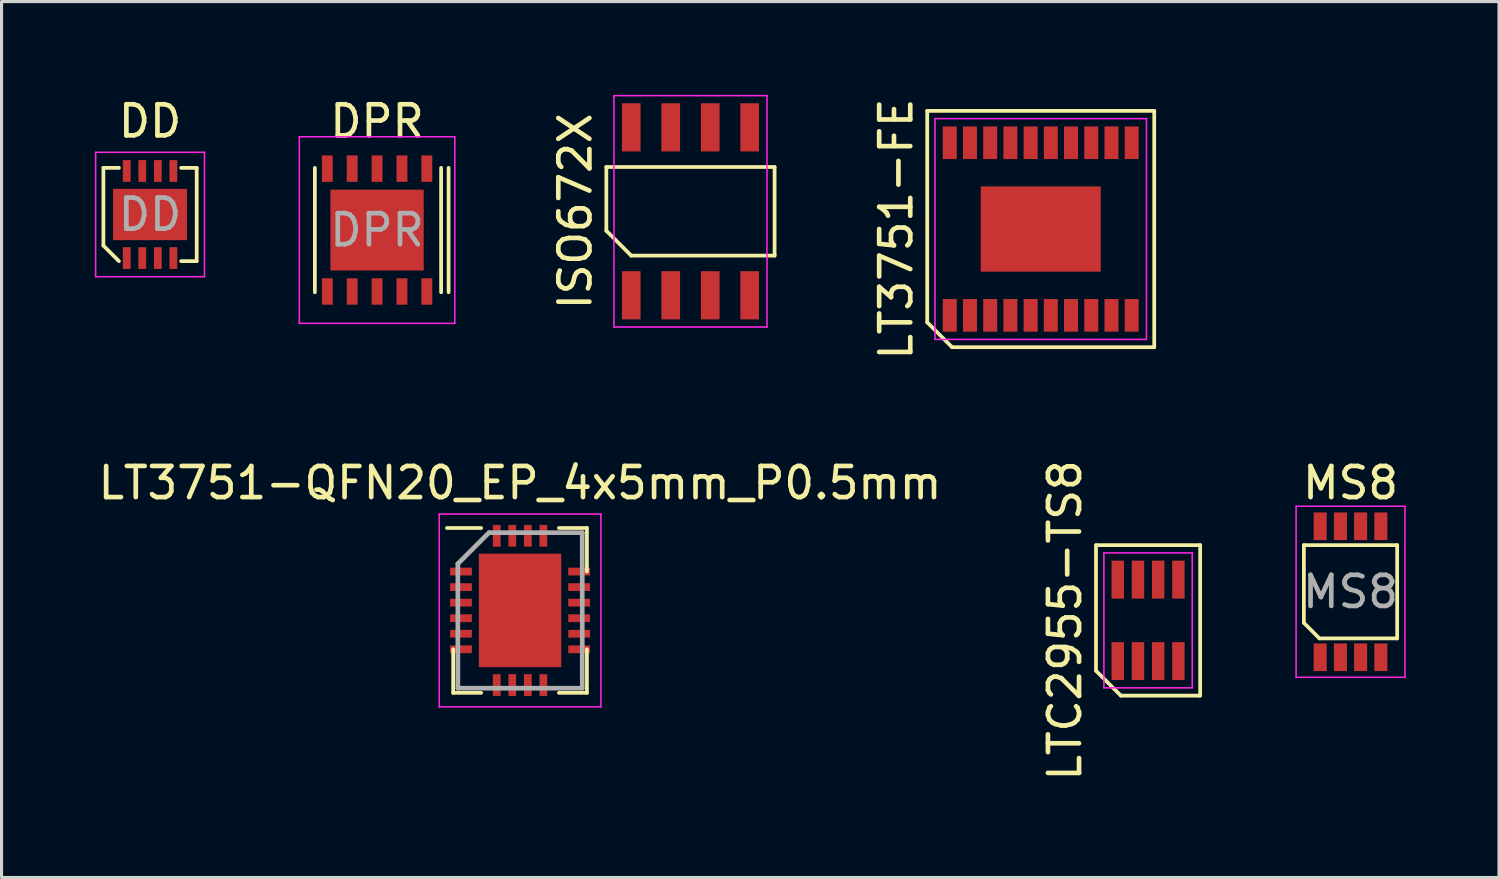
<source format=kicad_pcb>
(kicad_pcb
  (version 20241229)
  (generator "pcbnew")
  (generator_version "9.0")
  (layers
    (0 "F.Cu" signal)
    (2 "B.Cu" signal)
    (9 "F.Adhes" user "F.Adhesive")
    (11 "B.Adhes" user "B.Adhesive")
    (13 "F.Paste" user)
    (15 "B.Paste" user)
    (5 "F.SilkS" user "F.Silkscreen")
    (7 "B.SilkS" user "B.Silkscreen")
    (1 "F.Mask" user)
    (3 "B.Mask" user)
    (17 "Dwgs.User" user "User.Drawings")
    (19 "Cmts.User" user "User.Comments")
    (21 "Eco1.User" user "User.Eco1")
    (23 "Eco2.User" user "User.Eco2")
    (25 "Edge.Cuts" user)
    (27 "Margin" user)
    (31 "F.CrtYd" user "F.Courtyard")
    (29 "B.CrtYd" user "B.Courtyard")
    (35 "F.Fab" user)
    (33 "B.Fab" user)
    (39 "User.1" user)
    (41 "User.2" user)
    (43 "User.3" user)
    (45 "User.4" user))
  (footprint "DD"
    (layer "F.Cu")
    (at 1.775 3.848)
    (property "Reference" "DD" (at 0 -3 0) (layer "F.SilkS") (effects (font (size 1 1) (thickness 0.15))))
    (attr smd)
    (fp_line (start -1.5 1) (end -1.5 -1.5) (stroke (width 0.12) (type solid)) (layer "F.SilkS"))
    (fp_line (start -1 -1.5) (end -1.5 -1.5) (stroke (width 0.12) (type solid)) (layer "F.SilkS"))
    (fp_line (start -1 1.5) (end -1.5 1) (stroke (width 0.12) (type solid)) (layer "F.SilkS"))
    (fp_line (start 1.5 -1.5) (end 1 -1.5) (stroke (width 0.12) (type solid)) (layer "F.SilkS"))
    (fp_line (start 1.5 1.5) (end 1 1.5) (stroke (width 0.12) (type solid)) (layer "F.SilkS"))
    (fp_line (start 1.5 1.5) (end 1.5 -1.5) (stroke (width 0.12) (type solid)) (layer "F.SilkS"))
    (fp_line (start -1.75 -2) (end -1.75 2) (stroke (width 0.05) (type solid)) (layer "F.CrtYd"))
    (fp_line (start -1.75 2) (end 1.75 2) (stroke (width 0.05) (type solid)) (layer "F.CrtYd"))
    (fp_line (start 1.75 -2) (end -1.75 -2) (stroke (width 0.05) (type solid)) (layer "F.CrtYd"))
    (fp_line (start 1.75 2) (end 1.75 -2) (stroke (width 0.05) (type solid)) (layer "F.CrtYd"))
    (fp_text user "${REFERENCE}" (at 0 0 0) (layer "F.Fab") (effects (font (size 1 1) (thickness 0.15))))
    (pad "1" smd rect (at -0.75 1.4) (size 0.25 0.7) (layers "F.Cu" "F.Mask" "F.Paste"))
    (pad "2" smd rect (at -0.25 1.4) (size 0.25 0.7) (layers "F.Cu" "F.Mask" "F.Paste"))
    (pad "3" smd rect (at 0.25 1.4) (size 0.25 0.7) (layers "F.Cu" "F.Mask" "F.Paste"))
    (pad "4" smd rect (at 0.75 1.4) (size 0.25 0.7) (layers "F.Cu" "F.Mask" "F.Paste"))
    (pad "5" smd rect (at 0.75 -1.4 180) (size 0.25 0.7) (layers "F.Cu" "F.Mask" "F.Paste"))
    (pad "6" smd rect (at 0.25 -1.4 180) (size 0.25 0.7) (layers "F.Cu" "F.Mask" "F.Paste"))
    (pad "7" smd rect (at -0.25 -1.4 180) (size 0.25 0.7) (layers "F.Cu" "F.Mask" "F.Paste"))
    (pad "8" smd rect (at -0.75 -1.4 180) (size 0.25 0.7) (layers "F.Cu" "F.Mask" "F.Paste"))
    (pad "9" smd rect (at 0 0) (size 2.38 1.65) (layers "F.Cu" "F.Mask" "F.Paste")))
  (footprint "LT3751-FE"
    (layer "F.Cu")
    (at 30.416 4.315)
    (property "Reference" "LT3751-FE" (at -4.65 0 90) (layer "F.SilkS") (effects (font (size 1 1) (thickness 0.15))))
    (attr smd)
    (fp_line (start -3.65 -3.8) (end 3.65 -3.8) (stroke (width 0.12) (type default)) (layer "F.SilkS"))
    (fp_line (start -3.65 3) (end -3.65 -3.8) (stroke (width 0.12) (type default)) (layer "F.SilkS"))
    (fp_line (start -2.85 3.8) (end -3.65 3) (stroke (width 0.12) (type default)) (layer "F.SilkS"))
    (fp_line (start 3.65 -3.8) (end 3.65 3.8) (stroke (width 0.12) (type default)) (layer "F.SilkS"))
    (fp_line (start 3.65 3.8) (end -2.85 3.8) (stroke (width 0.12) (type default)) (layer "F.SilkS"))
    (fp_line (start -3.4 -3.55) (end 3.4 -3.55) (stroke (width 0.05) (type default)) (layer "F.CrtYd"))
    (fp_line (start -3.4 3.55) (end -3.4 -3.55) (stroke (width 0.05) (type default)) (layer "F.CrtYd"))
    (fp_line (start 3.4 -3.55) (end 3.4 3.55) (stroke (width 0.05) (type default)) (layer "F.CrtYd"))
    (fp_line (start 3.4 3.55) (end -3.4 3.55) (stroke (width 0.05) (type default)) (layer "F.CrtYd"))
    (pad "1" smd rect (at -2.925 2.775) (size 0.45 1.05) (layers "F.Cu" "F.Mask" "F.Paste"))
    (pad "2" smd rect (at -2.275 2.775) (size 0.45 1.05) (layers "F.Cu" "F.Mask" "F.Paste"))
    (pad "3" smd rect (at -1.625 2.775) (size 0.45 1.05) (layers "F.Cu" "F.Mask" "F.Paste"))
    (pad "4" smd rect (at -0.975 2.775) (size 0.45 1.05) (layers "F.Cu" "F.Mask" "F.Paste"))
    (pad "5" smd rect (at -0.325 2.775) (size 0.45 1.05) (layers "F.Cu" "F.Mask" "F.Paste"))
    (pad "6" smd rect (at 0.325 2.775) (size 0.45 1.05) (layers "F.Cu" "F.Mask" "F.Paste"))
    (pad "7" smd rect (at 0.975 2.775) (size 0.45 1.05) (layers "F.Cu" "F.Mask" "F.Paste"))
    (pad "8" smd rect (at 1.625 2.775) (size 0.45 1.05) (layers "F.Cu" "F.Mask" "F.Paste"))
    (pad "9" smd rect (at 2.275 2.775) (size 0.45 1.05) (layers "F.Cu" "F.Mask" "F.Paste"))
    (pad "10" smd rect (at 2.925 2.775) (size 0.45 1.05) (layers "F.Cu" "F.Mask" "F.Paste"))
    (pad "11" smd rect (at 2.925 -2.775) (size 0.45 1.05) (layers "F.Cu" "F.Mask" "F.Paste"))
    (pad "12" smd rect (at 2.275 -2.775) (size 0.45 1.05) (layers "F.Cu" "F.Mask" "F.Paste"))
    (pad "13" smd rect (at 1.625 -2.775) (size 0.45 1.05) (layers "F.Cu" "F.Mask" "F.Paste"))
    (pad "14" smd rect (at 0.975 -2.775) (size 0.45 1.05) (layers "F.Cu" "F.Mask" "F.Paste"))
    (pad "15" smd rect (at 0.325 -2.775) (size 0.45 1.05) (layers "F.Cu" "F.Mask" "F.Paste"))
    (pad "16" smd rect (at -0.325 -2.775) (size 0.45 1.05) (layers "F.Cu" "F.Mask" "F.Paste"))
    (pad "17" smd rect (at -0.975 -2.775) (size 0.45 1.05) (layers "F.Cu" "F.Mask" "F.Paste"))
    (pad "18" smd rect (at -1.625 -2.775) (size 0.45 1.05) (layers "F.Cu" "F.Mask" "F.Paste"))
    (pad "19" smd rect (at -2.275 -2.775) (size 0.45 1.05) (layers "F.Cu" "F.Mask" "F.Paste"))
    (pad "20" smd rect (at -2.925 -2.775) (size 0.45 1.05) (layers "F.Cu" "F.Mask" "F.Paste"))
    (pad "21" smd rect (at 0 0) (size 3.86 2.74) (layers "F.Cu" "F.Mask" "F.Paste")))
  (footprint "LT3751-QFN20_EP_4x5mm_P0.5mm"
    (layer "F.Cu")
    (at 13.673 16.579)
    (property "Reference" "LT3751-QFN20_EP_4x5mm_P0.5mm" (at 0 -4.1 0) (layer "F.SilkS") (effects (font (size 1 1) (thickness 0.15))))
    (attr smd)
    (fp_line (start -2.15 2.65) (end -2.15 1.25) (stroke (width 0.12) (type solid)) (layer "F.SilkS"))
    (fp_line (start -1.25 -2.65) (end -2.35 -2.65) (stroke (width 0.12) (type solid)) (layer "F.SilkS"))
    (fp_line (start -1.25 2.65) (end -2.15 2.65) (stroke (width 0.12) (type solid)) (layer "F.SilkS"))
    (fp_line (start 1.25 -2.65) (end 2.15 -2.65) (stroke (width 0.12) (type solid)) (layer "F.SilkS"))
    (fp_line (start 1.25 2.65) (end 2.15 2.65) (stroke (width 0.12) (type solid)) (layer "F.SilkS"))
    (fp_line (start 2.15 -2.65) (end 2.15 -1.25) (stroke (width 0.12) (type solid)) (layer "F.SilkS"))
    (fp_line (start 2.15 2.65) (end 2.15 1.25) (stroke (width 0.12) (type solid)) (layer "F.SilkS"))
    (fp_line (start -2.6 -3.1) (end 2.6 -3.1) (stroke (width 0.05) (type solid)) (layer "F.CrtYd"))
    (fp_line (start -2.6 3.1) (end -2.6 -3.1) (stroke (width 0.05) (type solid)) (layer "F.CrtYd"))
    (fp_line (start 2.6 -3.1) (end 2.6 3.1) (stroke (width 0.05) (type solid)) (layer "F.CrtYd"))
    (fp_line (start 2.6 3.1) (end -2.6 3.1) (stroke (width 0.05) (type solid)) (layer "F.CrtYd"))
    (fp_line (start -2 -1.5) (end -2 2.5) (stroke (width 0.15) (type solid)) (layer "F.Fab"))
    (fp_line (start -2 2.5) (end 2 2.5) (stroke (width 0.15) (type solid)) (layer "F.Fab"))
    (fp_line (start -1 -2.5) (end -2 -1.5) (stroke (width 0.15) (type solid)) (layer "F.Fab"))
    (fp_line (start 2 -2.5) (end -1 -2.5) (stroke (width 0.15) (type solid)) (layer "F.Fab"))
    (fp_line (start 2 2.5) (end 2 -2.5) (stroke (width 0.15) (type solid)) (layer "F.Fab"))
    (pad "1" smd rect (at -1.9 -1.25 90) (size 0.25 0.7) (layers "F.Cu" "F.Mask" "F.Paste"))
    (pad "2" smd rect (at -1.9 -0.75 90) (size 0.25 0.7) (layers "F.Cu" "F.Mask" "F.Paste"))
    (pad "3" smd rect (at -1.9 -0.25 90) (size 0.25 0.7) (layers "F.Cu" "F.Mask" "F.Paste"))
    (pad "4" smd rect (at -1.9 0.25 90) (size 0.25 0.7) (layers "F.Cu" "F.Mask" "F.Paste"))
    (pad "5" smd rect (at -1.9 0.75 90) (size 0.25 0.7) (layers "F.Cu" "F.Mask" "F.Paste"))
    (pad "6" smd rect (at -1.9 1.25 90) (size 0.25 0.7) (layers "F.Cu" "F.Mask" "F.Paste"))
    (pad "7" smd rect (at -0.75 2.4) (size 0.25 0.7) (layers "F.Cu" "F.Mask" "F.Paste"))
    (pad "8" smd rect (at -0.25 2.4) (size 0.25 0.7) (layers "F.Cu" "F.Mask" "F.Paste"))
    (pad "9" smd rect (at 0.25 2.4) (size 0.25 0.7) (layers "F.Cu" "F.Mask" "F.Paste"))
    (pad "10" smd rect (at 0.75 2.4) (size 0.25 0.7) (layers "F.Cu" "F.Mask" "F.Paste"))
    (pad "11" smd rect (at 1.9 1.25 90) (size 0.25 0.7) (layers "F.Cu" "F.Mask" "F.Paste"))
    (pad "12" smd rect (at 1.9 0.75 90) (size 0.25 0.7) (layers "F.Cu" "F.Mask" "F.Paste"))
    (pad "13" smd rect (at 1.9 0.25 90) (size 0.25 0.7) (layers "F.Cu" "F.Mask" "F.Paste"))
    (pad "14" smd rect (at 1.9 -0.25 90) (size 0.25 0.7) (layers "F.Cu" "F.Mask" "F.Paste"))
    (pad "15" smd rect (at 1.9 -0.75 90) (size 0.25 0.7) (layers "F.Cu" "F.Mask" "F.Paste"))
    (pad "16" smd rect (at 1.9 -1.25 90) (size 0.25 0.7) (layers "F.Cu" "F.Mask" "F.Paste"))
    (pad "17" smd rect (at 0.75 -2.4) (size 0.25 0.7) (layers "F.Cu" "F.Mask" "F.Paste"))
    (pad "18" smd rect (at 0.25 -2.4) (size 0.25 0.7) (layers "F.Cu" "F.Mask" "F.Paste"))
    (pad "19" smd rect (at -0.25 -2.4) (size 0.25 0.7) (layers "F.Cu" "F.Mask" "F.Paste"))
    (pad "20" smd rect (at -0.75 -2.4) (size 0.25 0.7) (layers "F.Cu" "F.Mask" "F.Paste"))
    (pad "21" smd rect (at 0 0) (size 2.65 3.65) (layers "F.Cu" "F.Mask" "F.Paste")))
  (footprint "LTC2955-TS8"
    (layer "F.Cu")
    (at 33.868 16.899)
    (property "Reference" "LTC2955-TS8" (at -2.675 0 90) (layer "F.SilkS") (effects (font (size 1 1) (thickness 0.15))))
    (attr smd)
    (fp_line (start -1.675 -2.42) (end 1.675 -2.42) (stroke (width 0.12) (type default)) (layer "F.SilkS"))
    (fp_line (start -1.675 1.62) (end -1.675 -2.42) (stroke (width 0.12) (type default)) (layer "F.SilkS"))
    (fp_line (start -0.875 2.42) (end -1.675 1.62) (stroke (width 0.12) (type default)) (layer "F.SilkS"))
    (fp_line (start 1.675 -2.42) (end 1.675 2.42) (stroke (width 0.12) (type default)) (layer "F.SilkS"))
    (fp_line (start 1.675 2.42) (end -0.875 2.42) (stroke (width 0.12) (type default)) (layer "F.SilkS"))
    (fp_line (start -1.42 -2.17) (end 1.42 -2.17) (stroke (width 0.05) (type default)) (layer "F.CrtYd"))
    (fp_line (start -1.42 2.17) (end -1.42 -2.17) (stroke (width 0.05) (type default)) (layer "F.CrtYd"))
    (fp_line (start 1.42 -2.17) (end 1.42 2.17) (stroke (width 0.05) (type default)) (layer "F.CrtYd"))
    (fp_line (start 1.42 2.17) (end -1.42 2.17) (stroke (width 0.05) (type default)) (layer "F.CrtYd"))
    (pad "1" smd rect (at -0.975 1.31) (size 0.4 1.22) (layers "F.Cu" "F.Mask" "F.Paste"))
    (pad "2" smd rect (at -0.325 1.31) (size 0.4 1.22) (layers "F.Cu" "F.Mask" "F.Paste"))
    (pad "3" smd rect (at 0.325 1.31) (size 0.4 1.22) (layers "F.Cu" "F.Mask" "F.Paste"))
    (pad "4" smd rect (at 0.975 1.31) (size 0.4 1.22) (layers "F.Cu" "F.Mask" "F.Paste"))
    (pad "5" smd rect (at 0.975 -1.31) (size 0.4 1.22) (layers "F.Cu" "F.Mask" "F.Paste"))
    (pad "6" smd rect (at 0.325 -1.31) (size 0.4 1.22) (layers "F.Cu" "F.Mask" "F.Paste"))
    (pad "7" smd rect (at -0.325 -1.31) (size 0.4 1.22) (layers "F.Cu" "F.Mask" "F.Paste"))
    (pad "8" smd rect (at -0.975 -1.31) (size 0.4 1.22) (layers "F.Cu" "F.Mask" "F.Paste")))
  (footprint "DPR"
    (layer "F.Cu")
    (at 9.075 4.348)
    (property "Reference" "DPR" (at 0 -3.5 0) (unlocked yes) (layer "F.SilkS") (effects (font (size 1 1) (thickness 0.15))))
    (attr smd)
    (fp_line (start -2 -2) (end -2 2) (stroke (width 0.12) (type default)) (layer "F.SilkS"))
    (fp_line (start 2.06 2) (end 2.06 -2) (stroke (width 0.12) (type default)) (layer "F.SilkS"))
    (fp_line (start 2.3 2) (end 2.3 -2) (stroke (width 0.12) (type default)) (layer "F.SilkS"))
    (fp_line (start -2.5 -3) (end -2.5 3) (stroke (width 0.05) (type solid)) (layer "F.CrtYd"))
    (fp_line (start -2.5 -3) (end 2.5 -3) (stroke (width 0.05) (type solid)) (layer "F.CrtYd"))
    (fp_line (start 2.5 3) (end -2.5 3) (stroke (width 0.05) (type solid)) (layer "F.CrtYd"))
    (fp_line (start 2.5 3) (end 2.5 -3) (stroke (width 0.05) (type solid)) (layer "F.CrtYd"))
    (fp_text user "${REFERENCE}" (at 0 0 0) (unlocked yes) (layer "F.Fab") (effects (font (size 1 1) (thickness 0.15))))
    (pad "1" smd rect (at 1.6 -1.975) (size 0.35 0.85) (layers "F.Cu" "F.Mask" "F.Paste"))
    (pad "2" smd rect (at 0.8 -1.975) (size 0.35 0.85) (layers "F.Cu" "F.Mask" "F.Paste"))
    (pad "3" smd rect (at 0 -1.975) (size 0.35 0.85) (layers "F.Cu" "F.Mask" "F.Paste"))
    (pad "4" smd rect (at -0.8 -1.975) (size 0.35 0.85) (layers "F.Cu" "F.Mask" "F.Paste"))
    (pad "5" smd rect (at -1.6 -1.975) (size 0.35 0.85) (layers "F.Cu" "F.Mask" "F.Paste"))
    (pad "6" smd rect (at -1.6 1.975 180) (size 0.35 0.85) (layers "F.Cu" "F.Mask" "F.Paste"))
    (pad "7" smd rect (at -0.8 1.975 180) (size 0.35 0.85) (layers "F.Cu" "F.Mask" "F.Paste"))
    (pad "8" smd rect (at 0 1.975 180) (size 0.35 0.85) (layers "F.Cu" "F.Mask" "F.Paste"))
    (pad "9" smd rect (at 0.8 1.975 180) (size 0.35 0.85) (layers "F.Cu" "F.Mask" "F.Paste"))
    (pad "10" smd rect (at 1.6 1.975 180) (size 0.35 0.85) (layers "F.Cu" "F.Mask" "F.Paste"))
    (pad "TP" smd rect (at 0 0 180) (size 3 2.6) (layers "F.Cu" "F.Mask" "F.Paste")))
  (footprint "MS8"
    (layer "F.Cu")
    (at 40.378 15.979)
    (property "Reference" "MS8" (at 0 -3.5 0) (layer "F.SilkS") (effects (font (size 1 1) (thickness 0.15))))
    (attr smd)
    (fp_line (start -1.5 1) (end -1.5 -1.5) (stroke (width 0.12) (type solid)) (layer "F.SilkS"))
    (fp_line (start -1 1.5) (end -1.5 1) (stroke (width 0.12) (type solid)) (layer "F.SilkS"))
    (fp_line (start 1.5 -1.5) (end -1.5 -1.5) (stroke (width 0.12) (type solid)) (layer "F.SilkS"))
    (fp_line (start 1.5 1.5) (end -1 1.5) (stroke (width 0.12) (type solid)) (layer "F.SilkS"))
    (fp_line (start 1.5 1.5) (end 1.5 -1.5) (stroke (width 0.12) (type solid)) (layer "F.SilkS"))
    (fp_line (start -1.75 -2.75) (end -1.75 2.75) (stroke (width 0.05) (type solid)) (layer "F.CrtYd"))
    (fp_line (start -1.75 2.75) (end 1.75 2.75) (stroke (width 0.05) (type solid)) (layer "F.CrtYd"))
    (fp_line (start 1.75 -2.75) (end -1.75 -2.75) (stroke (width 0.05) (type solid)) (layer "F.CrtYd"))
    (fp_line (start 1.75 2.75) (end 1.75 -2.75) (stroke (width 0.05) (type solid)) (layer "F.CrtYd"))
    (fp_text user "${REFERENCE}" (at 0 0 0) (layer "F.Fab") (effects (font (size 1 1) (thickness 0.15))))
    (pad "1" smd rect (at -0.975 2.106) (size 0.42 0.889) (layers "F.Cu" "F.Mask" "F.Paste"))
    (pad "2" smd rect (at -0.325 2.106) (size 0.42 0.889) (layers "F.Cu" "F.Mask" "F.Paste"))
    (pad "3" smd rect (at 0.325 2.106) (size 0.42 0.889) (layers "F.Cu" "F.Mask" "F.Paste"))
    (pad "4" smd rect (at 0.975 2.106) (size 0.42 0.889) (layers "F.Cu" "F.Mask" "F.Paste"))
    (pad "5" smd rect (at 0.975 -2.106 180) (size 0.42 0.889) (layers "F.Cu" "F.Mask" "F.Paste"))
    (pad "6" smd rect (at 0.325 -2.106 180) (size 0.42 0.889) (layers "F.Cu" "F.Mask" "F.Paste"))
    (pad "7" smd rect (at -0.325 -2.106 180) (size 0.42 0.889) (layers "F.Cu" "F.Mask" "F.Paste"))
    (pad "8" smd rect (at -0.975 -2.106 180) (size 0.42 0.889) (layers "F.Cu" "F.Mask" "F.Paste")))
  (footprint "ISO672X"
    (layer "F.Cu")
    (at 19.153 3.745)
    (property "Reference" "ISO672X" (at -3.705 0 90) (layer "F.SilkS") (effects (font (size 1 1) (thickness 0.15))))
    (attr smd)
    (fp_line (start -2.705 -1.425) (end 2.705 -1.425) (stroke (width 0.12) (type default)) (layer "F.SilkS"))
    (fp_line (start -2.705 0.625) (end -2.705 -1.425) (stroke (width 0.12) (type default)) (layer "F.SilkS"))
    (fp_line (start -1.905 1.425) (end -2.705 0.625) (stroke (width 0.12) (type default)) (layer "F.SilkS"))
    (fp_line (start 2.705 -1.425) (end 2.705 1.425) (stroke (width 0.12) (type default)) (layer "F.SilkS"))
    (fp_line (start 2.705 1.425) (end -1.905 1.425) (stroke (width 0.12) (type default)) (layer "F.SilkS"))
    (fp_line (start -2.46 -3.72) (end 2.46 -3.72) (stroke (width 0.05) (type default)) (layer "F.CrtYd"))
    (fp_line (start -2.46 3.72) (end -2.46 -3.72) (stroke (width 0.05) (type default)) (layer "F.CrtYd"))
    (fp_line (start 2.46 -3.72) (end 2.46 3.72) (stroke (width 0.05) (type default)) (layer "F.CrtYd"))
    (fp_line (start 2.46 3.72) (end -2.46 3.72) (stroke (width 0.05) (type default)) (layer "F.CrtYd"))
    (pad "1" smd rect (at -1.905 2.7) (size 0.6 1.55) (layers "F.Cu" "F.Mask" "F.Paste"))
    (pad "2" smd rect (at -0.635 2.7) (size 0.6 1.55) (layers "F.Cu" "F.Mask" "F.Paste"))
    (pad "3" smd rect (at 0.635 2.7) (size 0.6 1.55) (layers "F.Cu" "F.Mask" "F.Paste"))
    (pad "4" smd rect (at 1.905 2.7) (size 0.6 1.55) (layers "F.Cu" "F.Mask" "F.Paste"))
    (pad "5" smd rect (at 1.905 -2.7) (size 0.6 1.55) (layers "F.Cu" "F.Mask" "F.Paste"))
    (pad "6" smd rect (at 0.635 -2.7) (size 0.6 1.55) (layers "F.Cu" "F.Mask" "F.Paste"))
    (pad "7" smd rect (at -0.635 -2.7) (size 0.6 1.55) (layers "F.Cu" "F.Mask" "F.Paste"))
    (pad "8" smd rect (at -1.905 -2.7) (size 0.6 1.55) (layers "F.Cu" "F.Mask" "F.Paste"))
    (zone (net_name "") (layers "F.Cu" "B.Cu") (name "Keep Out All Copper") (hatch full 0.5) (connect_pads) (min_thickness 0.25) (filled_areas_thickness no) (keepout (tracks not_allowed) (vias not_allowed) (pads not_allowed) (copperpour not_allowed) (footprints allowed)) (placement (enabled no)) (fill) (polygon (pts (xy 16.403 2.245) (xy 21.903 2.245) (xy 21.903 5.245) (xy 16.403 5.245)))))
  (gr_rect
    (start -3 -3)
    (end 45.153 25.167)
    (stroke (width 0.1) (type default))
    (fill no)
    (layer "Edge.Cuts")))
</source>
